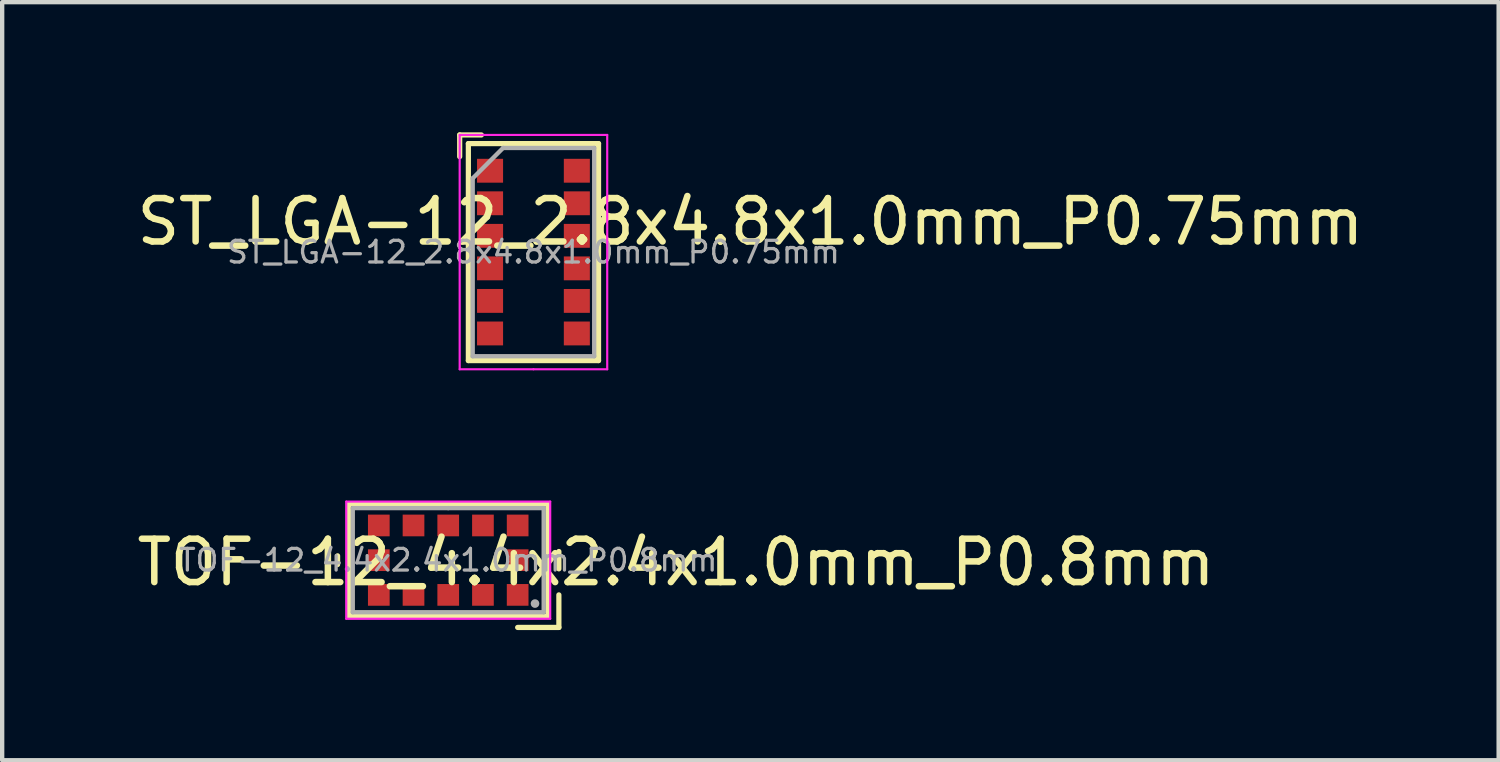
<source format=kicad_pcb>
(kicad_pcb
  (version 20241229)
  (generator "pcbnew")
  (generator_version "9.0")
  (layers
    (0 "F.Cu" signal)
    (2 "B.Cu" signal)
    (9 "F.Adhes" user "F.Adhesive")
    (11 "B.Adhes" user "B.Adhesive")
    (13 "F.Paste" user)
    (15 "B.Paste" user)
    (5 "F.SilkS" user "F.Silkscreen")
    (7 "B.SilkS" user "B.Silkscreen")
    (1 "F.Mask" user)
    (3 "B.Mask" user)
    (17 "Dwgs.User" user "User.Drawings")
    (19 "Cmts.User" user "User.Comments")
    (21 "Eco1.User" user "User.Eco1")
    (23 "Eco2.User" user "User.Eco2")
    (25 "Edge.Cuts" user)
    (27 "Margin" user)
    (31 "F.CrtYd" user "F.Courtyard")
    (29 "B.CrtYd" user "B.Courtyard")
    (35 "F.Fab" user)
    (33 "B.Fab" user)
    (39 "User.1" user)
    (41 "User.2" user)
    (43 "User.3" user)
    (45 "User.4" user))
  (footprint "ST_LGA-12_2.8x4.8x1.0mm_P0.75mm"
    (layer "F.Cu")
    (at 9.244 2.76)
    (property "Reference" "ST_LGA-12_2.8x4.8x1.0mm_P0.75mm" (at 5 -0.7 0) (layer "F.SilkS") (effects (font (size 1 1) (thickness 0.15))))
    (attr smd)
    (fp_line (start -1.7 -2.7) (end -1.7 -2.2) (stroke (width 0.12) (type solid)) (layer "F.SilkS"))
    (fp_line (start -1.7 -2.7) (end -1.2 -2.7) (stroke (width 0.12) (type solid)) (layer "F.SilkS"))
    (fp_line (start -1.5 -2.5) (end -1.5 2.5) (stroke (width 0.12) (type solid)) (layer "F.SilkS"))
    (fp_line (start -1.5 2.5) (end 1.5 2.5) (stroke (width 0.12) (type solid)) (layer "F.SilkS"))
    (fp_line (start 1.5 -2.5) (end -1.5 -2.5) (stroke (width 0.12) (type solid)) (layer "F.SilkS"))
    (fp_line (start 1.5 2.5) (end 1.5 -2.5) (stroke (width 0.12) (type solid)) (layer "F.SilkS"))
    (fp_line (start -1.7 -2.7) (end -1.7 2.7) (stroke (width 0.05) (type solid)) (layer "F.CrtYd"))
    (fp_line (start -1.7 2.7) (end 0 2.7) (stroke (width 0.05) (type solid)) (layer "F.CrtYd"))
    (fp_line (start 0 2.7) (end 1.7 2.7) (stroke (width 0.05) (type solid)) (layer "F.CrtYd"))
    (fp_line (start 1.7 -2.7) (end -1.7 -2.7) (stroke (width 0.05) (type solid)) (layer "F.CrtYd"))
    (fp_line (start 1.7 2.7) (end 1.7 -2.7) (stroke (width 0.05) (type solid)) (layer "F.CrtYd"))
    (fp_line (start -1.4 -1.7) (end -1.4 2.4) (stroke (width 0.1) (type solid)) (layer "F.Fab"))
    (fp_line (start -0.7 -2.4) (end -1.4 -1.7) (stroke (width 0.1) (type solid)) (layer "F.Fab"))
    (fp_line (start 1.4 -2.4) (end -0.7 -2.4) (stroke (width 0.1) (type solid)) (layer "F.Fab"))
    (fp_line (start 1.4 -2.4) (end 1.4 2.4) (stroke (width 0.1) (type solid)) (layer "F.Fab"))
    (fp_line (start 1.4 2.4) (end -1.4 2.4) (stroke (width 0.1) (type solid)) (layer "F.Fab"))
    (fp_text user "${REFERENCE}" (at 0 0 0) (layer "F.Fab") (effects (font (size 0.5 0.5) (thickness 0.075))))
    (pad "1" smd rect (at -1 -1.875 180) (size 0.6 0.55) (layers "F.Cu" "F.Mask" "F.Paste"))
    (pad "2" smd rect (at -1 -1.125 180) (size 0.6 0.55) (layers "F.Cu" "F.Mask" "F.Paste"))
    (pad "3" smd rect (at -1 -0.375 180) (size 0.6 0.55) (layers "F.Cu" "F.Mask" "F.Paste"))
    (pad "4" smd rect (at -1 0.375 180) (size 0.6 0.55) (layers "F.Cu" "F.Mask" "F.Paste"))
    (pad "5" smd rect (at -1 1.125 180) (size 0.6 0.55) (layers "F.Cu" "F.Mask" "F.Paste"))
    (pad "6" smd rect (at -1 1.875 180) (size 0.6 0.55) (layers "F.Cu" "F.Mask" "F.Paste"))
    (pad "7" smd rect (at 1 1.875 180) (size 0.6 0.55) (layers "F.Cu" "F.Mask" "F.Paste"))
    (pad "8" smd rect (at 1 1.125 180) (size 0.6 0.55) (layers "F.Cu" "F.Mask" "F.Paste"))
    (pad "9" smd rect (at 1 0.375 180) (size 0.6 0.55) (layers "F.Cu" "F.Mask" "F.Paste"))
    (pad "10" smd rect (at 1 -0.375 180) (size 0.6 0.55) (layers "F.Cu" "F.Mask" "F.Paste"))
    (pad "11" smd rect (at 1 -1.125 180) (size 0.6 0.55) (layers "F.Cu" "F.Mask" "F.Paste"))
    (pad "12" smd rect (at 1 -1.875 180) (size 0.6 0.55) (layers "F.Cu" "F.Mask" "F.Paste")))
  (footprint "TOF-12_4.4x2.4x1.0mm_P0.8mm"
    (layer "F.Cu")
    (at 7.28 9.86)
    (property "Reference" "TOF-12_4.4x2.4x1.0mm_P0.8mm" (at 5.25 0.05 0) (layer "F.SilkS") (effects (font (size 1 1) (thickness 0.15))))
    (attr smd)
    (fp_line (start -2.55 -0.1) (end -2.55 0.1) (stroke (width 0.12) (type solid)) (layer "F.SilkS"))
    (fp_line (start -2.3 -1.3) (end 2.3 -1.3) (stroke (width 0.12) (type solid)) (layer "F.SilkS"))
    (fp_line (start -2.3 1.3) (end -2.3 -1.3) (stroke (width 0.12) (type solid)) (layer "F.SilkS"))
    (fp_line (start 2.3 -1.3) (end 2.3 1.3) (stroke (width 0.12) (type solid)) (layer "F.SilkS"))
    (fp_line (start 2.3 1.3) (end -2.3 1.3) (stroke (width 0.12) (type solid)) (layer "F.SilkS"))
    (fp_line (start 2.55 -0.2) (end 2.55 0.2) (stroke (width 0.12) (type solid)) (layer "F.SilkS"))
    (fp_line (start 2.55 0.8) (end 2.55 1.55) (stroke (width 0.12) (type solid)) (layer "F.SilkS"))
    (fp_line (start 2.55 1.55) (end 1.6 1.55) (stroke (width 0.12) (type solid)) (layer "F.SilkS"))
    (fp_line (start -2.35 -1.35) (end 2.35 -1.35) (stroke (width 0.05) (type solid)) (layer "F.CrtYd"))
    (fp_line (start -2.35 1.35) (end -2.35 -1.35) (stroke (width 0.05) (type solid)) (layer "F.CrtYd"))
    (fp_line (start 2.35 -1.35) (end 2.35 1.35) (stroke (width 0.05) (type solid)) (layer "F.CrtYd"))
    (fp_line (start 2.35 1.35) (end -2.35 1.35) (stroke (width 0.05) (type solid)) (layer "F.CrtYd"))
    (fp_line (start -2.2 -1.2) (end 0 -1.2) (stroke (width 0.1) (type solid)) (layer "F.Fab"))
    (fp_line (start -2.2 1.2) (end -2.2 -1.2) (stroke (width 0.1) (type solid)) (layer "F.Fab"))
    (fp_line (start 0 -1.2) (end 2.2 -1.2) (stroke (width 0.1) (type solid)) (layer "F.Fab"))
    (fp_line (start 2.2 -1.2) (end 2.2 1.2) (stroke (width 0.1) (type solid)) (layer "F.Fab"))
    (fp_line (start 2.2 1.2) (end -2.2 1.2) (stroke (width 0.1) (type solid)) (layer "F.Fab"))
    (fp_circle (center 2 1) (end 2.05 1) (stroke (width 0.1) (type solid)) (fill no) (layer "F.Fab"))
    (fp_text user "${REFERENCE}" (at 0 0 0) (layer "F.Fab") (effects (font (size 0.5 0.5) (thickness 0.075))))
    (pad "" smd custom (at -0.8 -0.8) (size 0.5 0.5) (layers "F.Cu" "F.Mask" "F.Paste") (options (anchor rect)) (primitives))
    (pad "1" smd custom (at 1.6 -0.8) (size 0.5 0.5) (layers "F.Cu" "F.Mask" "F.Paste") (options (anchor rect)) (primitives))
    (pad "1" smd custom (at 1.6 0.8 90) (size 0.5 0.5) (layers "F.Cu" "F.Mask" "F.Paste") (options (anchor rect)) (primitives))
    (pad "2" smd custom (at 0 -0.8) (size 0.5 0.5) (layers "F.Cu" "F.Mask" "F.Paste") (options (anchor rect)) (primitives))
    (pad "3" smd custom (at 0.8 -0.8) (size 0.5 0.5) (layers "F.Cu" "F.Mask" "F.Paste") (options (anchor rect)) (primitives))
    (pad "4" smd custom (at -1.6 0) (size 0.5 0.5) (layers "F.Cu" "F.Mask" "F.Paste") (options (anchor rect)) (primitives))
    (pad "4" smd custom (at -0.8 0.8) (size 0.5 0.5) (layers "F.Cu" "F.Mask" "F.Paste") (options (anchor rect)) (primitives))
    (pad "4" smd custom (at 0 0.8) (size 0.5 0.5) (layers "F.Cu" "F.Mask" "F.Paste") (options (anchor rect)) (primitives))
    (pad "4" smd custom (at 0.8 0.8) (size 0.5 0.5) (layers "F.Cu" "F.Mask" "F.Paste") (options (anchor rect)) (primitives))
    (pad "4" smd custom (at 1.6 0) (size 0.5 0.5) (layers "F.Cu" "F.Mask" "F.Paste") (options (anchor rect)) (primitives))
    (pad "5" smd custom (at -1.6 0.8) (size 0.5 0.5) (layers "F.Cu" "F.Mask" "F.Paste") (options (anchor rect)) (primitives))
    (pad "6" smd custom (at -1.6 -0.8) (size 0.5 0.5) (layers "F.Cu" "F.Mask" "F.Paste") (options (anchor rect)) (primitives)))
  (gr_rect
    (start -3 -3)
    (end 31.488 14.47)
    (stroke (width 0.1) (type default))
    (fill no)
    (layer "Edge.Cuts")))
</source>
